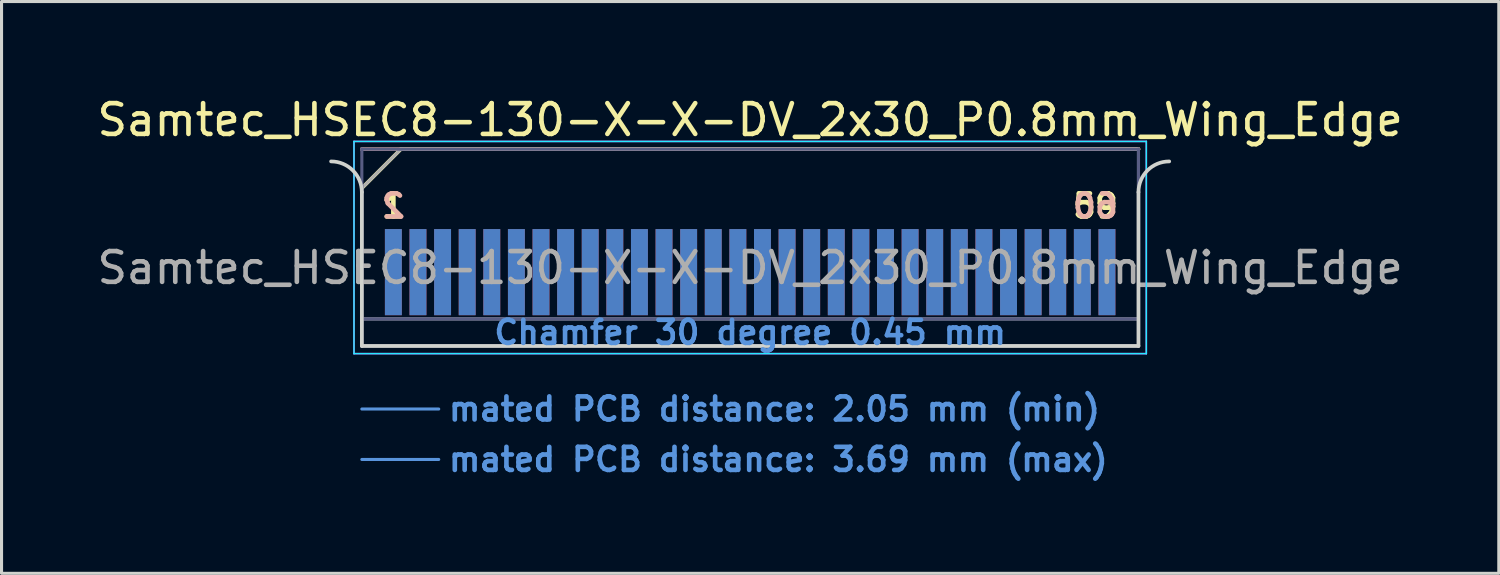
<source format=kicad_pcb>
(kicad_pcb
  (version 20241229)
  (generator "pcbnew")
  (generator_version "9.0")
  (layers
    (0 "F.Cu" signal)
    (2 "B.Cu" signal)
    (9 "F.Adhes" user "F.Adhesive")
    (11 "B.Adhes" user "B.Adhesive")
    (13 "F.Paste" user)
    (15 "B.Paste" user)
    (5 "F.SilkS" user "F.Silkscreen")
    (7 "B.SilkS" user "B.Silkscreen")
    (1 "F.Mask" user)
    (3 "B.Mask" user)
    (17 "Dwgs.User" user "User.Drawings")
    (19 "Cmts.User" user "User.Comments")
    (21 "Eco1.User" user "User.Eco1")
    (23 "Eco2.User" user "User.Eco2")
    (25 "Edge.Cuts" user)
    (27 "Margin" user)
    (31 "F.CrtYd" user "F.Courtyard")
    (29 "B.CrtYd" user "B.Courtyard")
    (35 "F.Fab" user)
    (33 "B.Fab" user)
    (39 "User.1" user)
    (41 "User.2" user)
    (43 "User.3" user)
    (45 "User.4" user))
  (footprint "Samtec_HSEC8-130-X-X-DV_2x30_P0.8mm_Wing_Edge"
    (layer "F.Cu")
    (at 21.339 8.198)
    (property "Reference" "Samtec_HSEC8-130-X-X-DV_2x30_P0.8mm_Wing_Edge" (at 0 -7.35 0) (layer "F.SilkS") (effects (font (size 1 1) (thickness 0.15))))
    (attr exclude_from_pos_files exclude_from_bom)
    (fp_line (start -12.625 -5.13) (end -11.355 -6.4) (stroke (width 0.12) (type solid)) (layer "F.SilkS"))
    (fp_line (start -11.355 -6.4) (end 12.625 -6.4) (stroke (width 0.12) (type solid)) (layer "F.SilkS"))
    (fp_line (start -12.625 -6.4) (end -12.625 -6.4) (stroke (width 0.12) (type solid)) (layer "B.SilkS"))
    (fp_line (start -12.625 -6.4) (end 12.625 -6.4) (stroke (width 0.12) (type solid)) (layer "B.SilkS"))
    (fp_line (start -12.625 2.05) (end -10.125 2.05) (stroke (width 0.1) (type solid)) (layer "Cmts.User"))
    (fp_line (start -12.625 3.69) (end -10.125 3.69) (stroke (width 0.1) (type solid)) (layer "Cmts.User"))
    (fp_line (start -12.625 -5) (end -12.625 0) (stroke (width 0.12) (type solid)) (layer "Edge.Cuts"))
    (fp_line (start -12.625 0) (end 12.625 0) (stroke (width 0.12) (type solid)) (layer "Edge.Cuts"))
    (fp_line (start 12.625 0) (end 12.625 -5) (stroke (width 0.12) (type solid)) (layer "Edge.Cuts"))
    (fp_arc (start -13.625 -6) (mid -12.917893 -5.707107) (end -12.625 -5) (stroke (width 0.12) (type solid)) (layer "Edge.Cuts"))
    (fp_arc (start 12.625 -5) (mid 12.917893 -5.707107) (end 13.625 -6) (stroke (width 0.12) (type solid)) (layer "Edge.Cuts"))
    (fp_line (start -12.88 -6.65) (end -12.88 0.25) (stroke (width 0.05) (type solid)) (layer "B.CrtYd"))
    (fp_line (start -12.88 0.25) (end 12.88 0.25) (stroke (width 0.05) (type solid)) (layer "B.CrtYd"))
    (fp_line (start 12.88 -6.65) (end -12.88 -6.65) (stroke (width 0.05) (type solid)) (layer "B.CrtYd"))
    (fp_line (start 12.88 0.25) (end 12.88 -6.65) (stroke (width 0.05) (type solid)) (layer "B.CrtYd"))
    (fp_line (start -12.88 -6.65) (end -12.88 0.25) (stroke (width 0.05) (type solid)) (layer "F.CrtYd"))
    (fp_line (start -12.88 0.25) (end 12.88 0.25) (stroke (width 0.05) (type solid)) (layer "F.CrtYd"))
    (fp_line (start 12.88 -6.65) (end -12.88 -6.65) (stroke (width 0.05) (type solid)) (layer "F.CrtYd"))
    (fp_line (start 12.88 0.25) (end 12.88 -6.65) (stroke (width 0.05) (type solid)) (layer "F.CrtYd"))
    (fp_line (start -12.625 -6.4) (end -12.625 -6.4) (stroke (width 0.1) (type solid)) (layer "B.Fab"))
    (fp_line (start -12.625 -6.4) (end -12.625 0) (stroke (width 0.1) (type solid)) (layer "B.Fab"))
    (fp_line (start -12.625 -6.4) (end 12.625 -6.4) (stroke (width 0.1) (type solid)) (layer "B.Fab"))
    (fp_line (start -12.625 -0.88) (end 12.625 -0.88) (stroke (width 0.1) (type solid)) (layer "B.Fab"))
    (fp_line (start -12.625 0) (end 12.625 0) (stroke (width 0.1) (type solid)) (layer "B.Fab"))
    (fp_line (start 12.625 -6.4) (end 12.625 0) (stroke (width 0.1) (type solid)) (layer "B.Fab"))
    (fp_line (start -12.625 -5.13) (end -12.625 0) (stroke (width 0.1) (type solid)) (layer "F.Fab"))
    (fp_line (start -12.625 -5.13) (end -11.355 -6.4) (stroke (width 0.1) (type solid)) (layer "F.Fab"))
    (fp_line (start -12.625 -0.88) (end 12.625 -0.88) (stroke (width 0.1) (type solid)) (layer "F.Fab"))
    (fp_line (start -12.625 0) (end 12.625 0) (stroke (width 0.1) (type solid)) (layer "F.Fab"))
    (fp_line (start -11.355 -6.4) (end 12.625 -6.4) (stroke (width 0.1) (type solid)) (layer "F.Fab"))
    (fp_line (start 12.625 -6.4) (end 12.625 0) (stroke (width 0.1) (type solid)) (layer "F.Fab"))
    (fp_text user "1" (at -11.6 -4.55 0) (layer "F.SilkS") (effects (font (size 0.75 0.75) (thickness 0.15))))
    (fp_text user "59" (at 11.225 -4.55 0) (layer "F.SilkS") (effects (font (size 0.75 0.75) (thickness 0.15))))
    (fp_text user "60" (at 11.225 -4.55 0) (layer "B.SilkS") (effects (font (size 0.75 0.75) (thickness 0.15)) (justify mirror)))
    (fp_text user "2" (at -11.6 -4.55 0) (layer "B.SilkS") (effects (font (size 0.75 0.75) (thickness 0.15)) (justify mirror)))
    (fp_text user "Chamfer 30 degree 0.45 mm" (at 0 -0.44 0) (layer "Cmts.User") (effects (font (size 0.75 0.75) (thickness 0.15))))
    (fp_text user "mated PCB distance: 3.69 mm (max)" (at -9.88 3.69 0) (layer "Cmts.User") (effects (font (size 0.75 0.75) (thickness 0.15)) (justify left)))
    (fp_text user "mated PCB distance: 2.05 mm (min)" (at -9.88 2.05 0) (layer "Cmts.User") (effects (font (size 0.75 0.75) (thickness 0.15)) (justify left)))
    (fp_text user "${REFERENCE}" (at 0 -2.54 0) (layer "F.Fab") (effects (font (size 1 1) (thickness 0.15))))
    (pad "1" connect rect (at -11.6 -2.4) (size 0.55 2.8) (layers "F.Cu" "F.Mask"))
    (pad "2" connect rect (at -11.6 -2.4) (size 0.55 2.8) (layers "B.Cu" "B.Mask"))
    (pad "3" connect rect (at -10.8 -2.4) (size 0.55 2.8) (layers "F.Cu" "F.Mask"))
    (pad "4" connect rect (at -10.8 -2.4) (size 0.55 2.8) (layers "B.Cu" "B.Mask"))
    (pad "5" connect rect (at -10 -2.4) (size 0.55 2.8) (layers "F.Cu" "F.Mask"))
    (pad "6" connect rect (at -10 -2.4) (size 0.55 2.8) (layers "B.Cu" "B.Mask"))
    (pad "7" connect rect (at -9.2 -2.4) (size 0.55 2.8) (layers "F.Cu" "F.Mask"))
    (pad "8" connect rect (at -9.2 -2.4) (size 0.55 2.8) (layers "B.Cu" "B.Mask"))
    (pad "9" connect rect (at -8.4 -2.4) (size 0.55 2.8) (layers "F.Cu" "F.Mask"))
    (pad "10" connect rect (at -8.4 -2.4) (size 0.55 2.8) (layers "B.Cu" "B.Mask"))
    (pad "11" connect rect (at -7.6 -2.4) (size 0.55 2.8) (layers "F.Cu" "F.Mask"))
    (pad "12" connect rect (at -7.6 -2.4) (size 0.55 2.8) (layers "B.Cu" "B.Mask"))
    (pad "13" connect rect (at -6.8 -2.4) (size 0.55 2.8) (layers "F.Cu" "F.Mask"))
    (pad "14" connect rect (at -6.8 -2.4) (size 0.55 2.8) (layers "B.Cu" "B.Mask"))
    (pad "15" connect rect (at -6 -2.4) (size 0.55 2.8) (layers "F.Cu" "F.Mask"))
    (pad "16" connect rect (at -6 -2.4) (size 0.55 2.8) (layers "B.Cu" "B.Mask"))
    (pad "17" connect rect (at -5.2 -2.4) (size 0.55 2.8) (layers "F.Cu" "F.Mask"))
    (pad "18" connect rect (at -5.2 -2.4) (size 0.55 2.8) (layers "B.Cu" "B.Mask"))
    (pad "19" connect rect (at -4.4 -2.4) (size 0.55 2.8) (layers "F.Cu" "F.Mask"))
    (pad "20" connect rect (at -4.4 -2.4) (size 0.55 2.8) (layers "B.Cu" "B.Mask"))
    (pad "21" connect rect (at -3.6 -2.4) (size 0.55 2.8) (layers "F.Cu" "F.Mask"))
    (pad "22" connect rect (at -3.6 -2.4) (size 0.55 2.8) (layers "B.Cu" "B.Mask"))
    (pad "23" connect rect (at -2.8 -2.4) (size 0.55 2.8) (layers "F.Cu" "F.Mask"))
    (pad "24" connect rect (at -2.8 -2.4) (size 0.55 2.8) (layers "B.Cu" "B.Mask"))
    (pad "25" connect rect (at -2 -2.4) (size 0.55 2.8) (layers "F.Cu" "F.Mask"))
    (pad "26" connect rect (at -2 -2.4) (size 0.55 2.8) (layers "B.Cu" "B.Mask"))
    (pad "27" connect rect (at -1.2 -2.4) (size 0.55 2.8) (layers "F.Cu" "F.Mask"))
    (pad "28" connect rect (at -1.2 -2.4) (size 0.55 2.8) (layers "B.Cu" "B.Mask"))
    (pad "29" connect rect (at -0.4 -2.4) (size 0.55 2.8) (layers "F.Cu" "F.Mask"))
    (pad "30" connect rect (at -0.4 -2.4) (size 0.55 2.8) (layers "B.Cu" "B.Mask"))
    (pad "31" connect rect (at 0.4 -2.4) (size 0.55 2.8) (layers "F.Cu" "F.Mask"))
    (pad "32" connect rect (at 0.4 -2.4) (size 0.55 2.8) (layers "B.Cu" "B.Mask"))
    (pad "33" connect rect (at 1.2 -2.4) (size 0.55 2.8) (layers "F.Cu" "F.Mask"))
    (pad "34" connect rect (at 1.2 -2.4) (size 0.55 2.8) (layers "B.Cu" "B.Mask"))
    (pad "35" connect rect (at 2 -2.4) (size 0.55 2.8) (layers "F.Cu" "F.Mask"))
    (pad "36" connect rect (at 2 -2.4) (size 0.55 2.8) (layers "B.Cu" "B.Mask"))
    (pad "37" connect rect (at 2.8 -2.4) (size 0.55 2.8) (layers "F.Cu" "F.Mask"))
    (pad "38" connect rect (at 2.8 -2.4) (size 0.55 2.8) (layers "B.Cu" "B.Mask"))
    (pad "39" connect rect (at 3.6 -2.4) (size 0.55 2.8) (layers "F.Cu" "F.Mask"))
    (pad "40" connect rect (at 3.6 -2.4) (size 0.55 2.8) (layers "B.Cu" "B.Mask"))
    (pad "41" connect rect (at 4.4 -2.4) (size 0.55 2.8) (layers "F.Cu" "F.Mask"))
    (pad "42" connect rect (at 4.4 -2.4) (size 0.55 2.8) (layers "B.Cu" "B.Mask"))
    (pad "43" connect rect (at 5.2 -2.4) (size 0.55 2.8) (layers "F.Cu" "F.Mask"))
    (pad "44" connect rect (at 5.2 -2.4) (size 0.55 2.8) (layers "B.Cu" "B.Mask"))
    (pad "45" connect rect (at 6 -2.4) (size 0.55 2.8) (layers "F.Cu" "F.Mask"))
    (pad "46" connect rect (at 6 -2.4) (size 0.55 2.8) (layers "B.Cu" "B.Mask"))
    (pad "47" connect rect (at 6.8 -2.4) (size 0.55 2.8) (layers "F.Cu" "F.Mask"))
    (pad "48" connect rect (at 6.8 -2.4) (size 0.55 2.8) (layers "B.Cu" "B.Mask"))
    (pad "49" connect rect (at 7.6 -2.4) (size 0.55 2.8) (layers "F.Cu" "F.Mask"))
    (pad "50" connect rect (at 7.6 -2.4) (size 0.55 2.8) (layers "B.Cu" "B.Mask"))
    (pad "51" connect rect (at 8.4 -2.4) (size 0.55 2.8) (layers "F.Cu" "F.Mask"))
    (pad "52" connect rect (at 8.4 -2.4) (size 0.55 2.8) (layers "B.Cu" "B.Mask"))
    (pad "53" connect rect (at 9.2 -2.4) (size 0.55 2.8) (layers "F.Cu" "F.Mask"))
    (pad "54" connect rect (at 9.2 -2.4) (size 0.55 2.8) (layers "B.Cu" "B.Mask"))
    (pad "55" connect rect (at 10 -2.4) (size 0.55 2.8) (layers "F.Cu" "F.Mask"))
    (pad "56" connect rect (at 10 -2.4) (size 0.55 2.8) (layers "B.Cu" "B.Mask"))
    (pad "57" connect rect (at 10.8 -2.4) (size 0.55 2.8) (layers "F.Cu" "F.Mask"))
    (pad "58" connect rect (at 10.8 -2.4) (size 0.55 2.8) (layers "B.Cu" "B.Mask"))
    (pad "59" connect rect (at 11.6 -2.4) (size 0.55 2.8) (layers "F.Cu" "F.Mask"))
    (pad "60" connect rect (at 11.6 -2.4) (size 0.55 2.8) (layers "B.Cu" "B.Mask")))
  (gr_rect
    (start -3 -3)
    (end 45.679 15.59)
    (stroke (width 0.1) (type default))
    (fill no)
    (layer "Edge.Cuts")))
</source>
